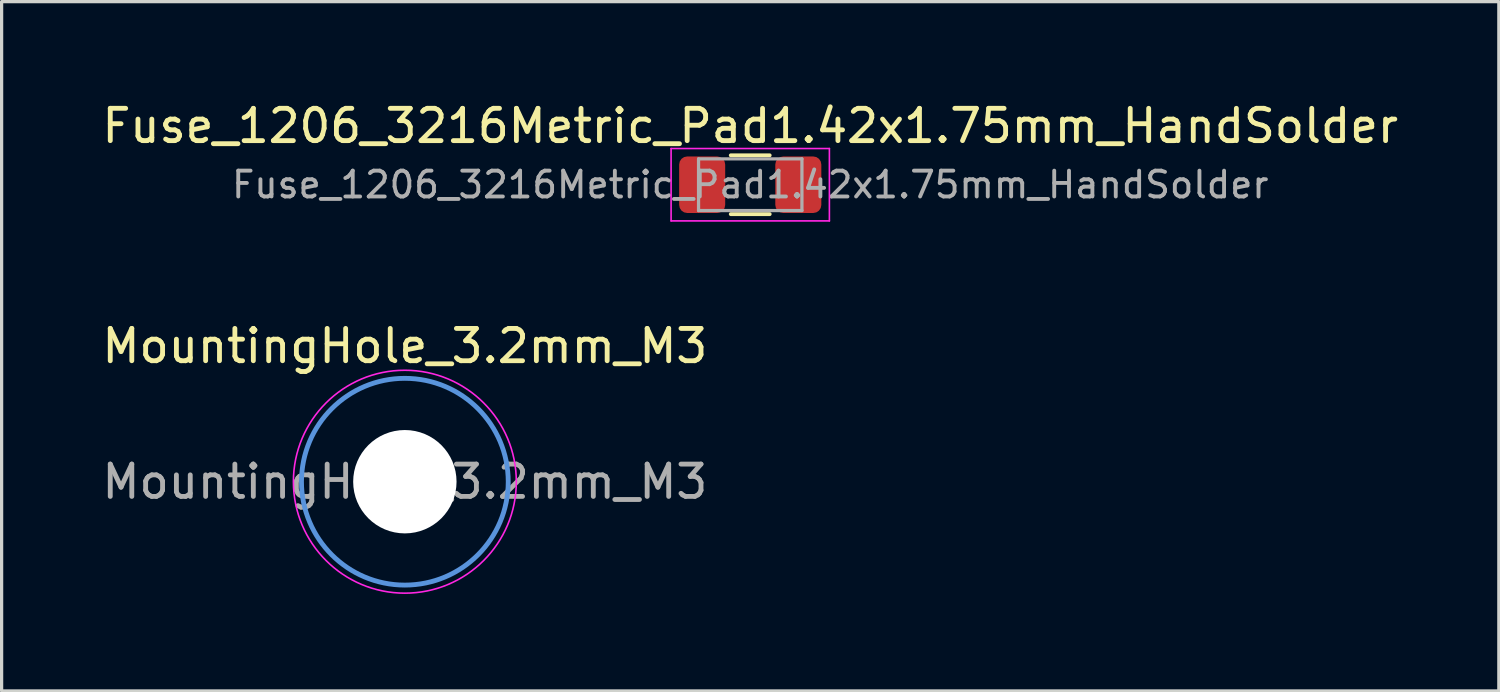
<source format=kicad_pcb>
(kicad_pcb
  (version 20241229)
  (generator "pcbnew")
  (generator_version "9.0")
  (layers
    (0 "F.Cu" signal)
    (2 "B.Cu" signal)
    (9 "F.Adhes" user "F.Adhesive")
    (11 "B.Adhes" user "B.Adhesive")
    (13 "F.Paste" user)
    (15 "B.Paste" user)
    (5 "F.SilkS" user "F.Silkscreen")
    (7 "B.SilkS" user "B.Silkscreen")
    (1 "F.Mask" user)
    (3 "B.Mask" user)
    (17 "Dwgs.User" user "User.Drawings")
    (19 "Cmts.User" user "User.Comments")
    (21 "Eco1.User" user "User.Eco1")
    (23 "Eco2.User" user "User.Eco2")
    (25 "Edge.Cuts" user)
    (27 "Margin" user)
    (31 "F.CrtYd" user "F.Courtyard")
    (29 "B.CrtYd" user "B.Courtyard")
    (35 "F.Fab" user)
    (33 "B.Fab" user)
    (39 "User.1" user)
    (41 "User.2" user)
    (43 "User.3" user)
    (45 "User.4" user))
  (footprint "MountingHole_3.2mm_M3"
    (layer "F.Cu")
    (at 9.482 11.861)
    (property "Reference" "MountingHole_3.2mm_M3" (at 0 -4.2 180) (layer "F.SilkS") (effects (font (size 1 1) (thickness 0.15))))
    (attr exclude_from_pos_files exclude_from_bom)
    (fp_circle (center 0 0) (end 3.2 0) (stroke (width 0.15) (type solid)) (fill no) (layer "Cmts.User"))
    (fp_circle (center 0 0) (end 3.45 0) (stroke (width 0.05) (type solid)) (fill no) (layer "F.CrtYd"))
    (fp_text user "${REFERENCE}" (at 0 0 180) (layer "F.Fab") (effects (font (size 1 1) (thickness 0.15))))
    (pad "" np_thru_hole circle (at 0 0) (size 3.2 3.2) (drill 3.2) (layers "*.Cu" "*.Mask")))
  (footprint "Fuse_1206_3216Metric_Pad1.42x1.75mm_HandSolder"
    (layer "F.Cu")
    (at 20.173 2.668)
    (property "Reference" "Fuse_1206_3216Metric_Pad1.42x1.75mm_HandSolder" (at 0 -1.82 180) (layer "F.SilkS") (effects (font (size 1 1) (thickness 0.15))))
    (attr smd)
    (fp_line (start -0.602 -0.91) (end 0.602 -0.91) (stroke (width 0.12) (type solid)) (layer "F.SilkS"))
    (fp_line (start -0.602 0.91) (end 0.602 0.91) (stroke (width 0.12) (type solid)) (layer "F.SilkS"))
    (fp_line (start -2.45 -1.12) (end 2.45 -1.12) (stroke (width 0.05) (type solid)) (layer "F.CrtYd"))
    (fp_line (start -2.45 1.12) (end -2.45 -1.12) (stroke (width 0.05) (type solid)) (layer "F.CrtYd"))
    (fp_line (start 2.45 -1.12) (end 2.45 1.12) (stroke (width 0.05) (type solid)) (layer "F.CrtYd"))
    (fp_line (start 2.45 1.12) (end -2.45 1.12) (stroke (width 0.05) (type solid)) (layer "F.CrtYd"))
    (fp_line (start -1.6 -0.8) (end 1.6 -0.8) (stroke (width 0.1) (type solid)) (layer "F.Fab"))
    (fp_line (start -1.6 0.8) (end -1.6 -0.8) (stroke (width 0.1) (type solid)) (layer "F.Fab"))
    (fp_line (start 1.6 -0.8) (end 1.6 0.8) (stroke (width 0.1) (type solid)) (layer "F.Fab"))
    (fp_line (start 1.6 0.8) (end -1.6 0.8) (stroke (width 0.1) (type solid)) (layer "F.Fab"))
    (fp_text user "${REFERENCE}" (at 0 0 180) (layer "F.Fab") (effects (font (size 0.8 0.8) (thickness 0.12))))
    (pad "1" smd roundrect (at -1.488 0) (size 1.425 1.75) (layers "F.Cu" "F.Mask" "F.Paste") (roundrect_rratio 0.175))
    (pad "2" smd roundrect (at 1.488 0) (size 1.425 1.75) (layers "F.Cu" "F.Mask" "F.Paste") (roundrect_rratio 0.175)))
  (gr_rect
    (start -3 -3)
    (end 43.345 18.337)
    (stroke (width 0.1) (type default))
    (fill no)
    (layer "Edge.Cuts")))
</source>
